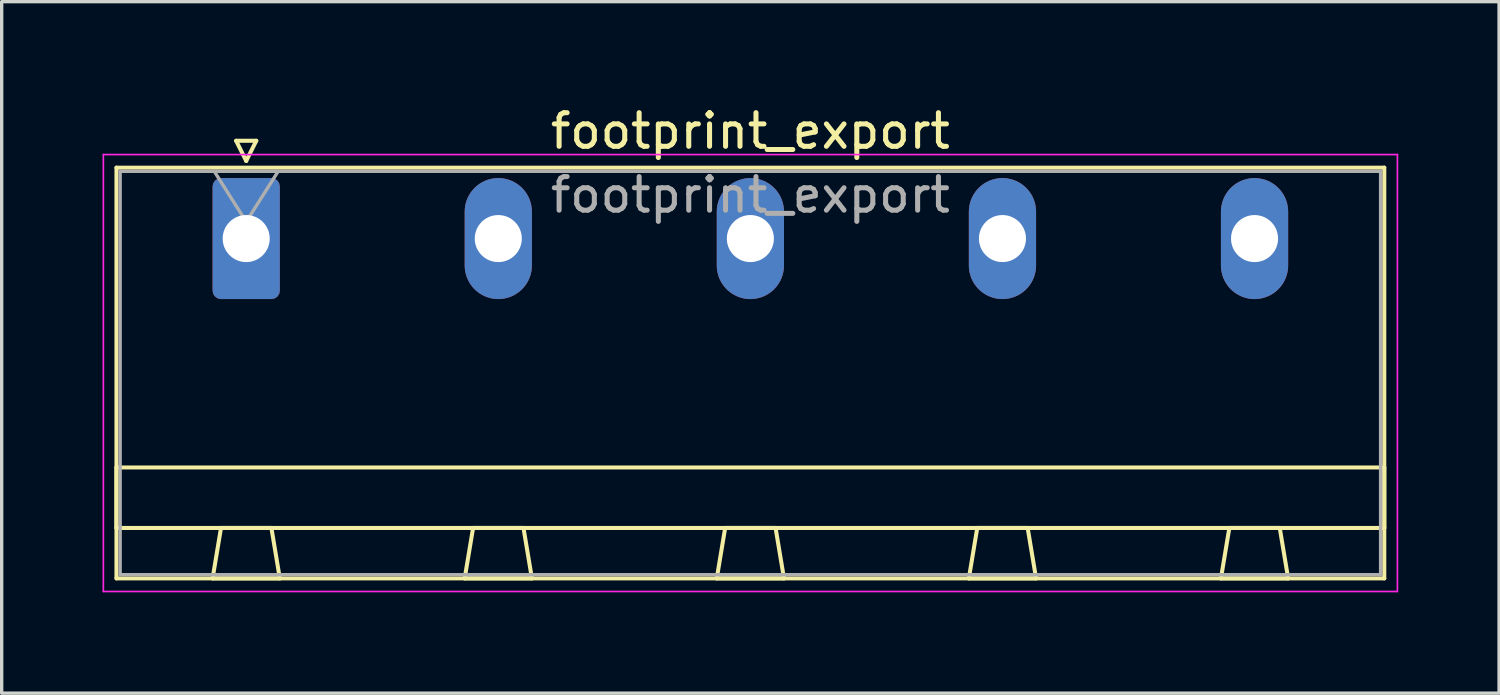
<source format=kicad_pcb>
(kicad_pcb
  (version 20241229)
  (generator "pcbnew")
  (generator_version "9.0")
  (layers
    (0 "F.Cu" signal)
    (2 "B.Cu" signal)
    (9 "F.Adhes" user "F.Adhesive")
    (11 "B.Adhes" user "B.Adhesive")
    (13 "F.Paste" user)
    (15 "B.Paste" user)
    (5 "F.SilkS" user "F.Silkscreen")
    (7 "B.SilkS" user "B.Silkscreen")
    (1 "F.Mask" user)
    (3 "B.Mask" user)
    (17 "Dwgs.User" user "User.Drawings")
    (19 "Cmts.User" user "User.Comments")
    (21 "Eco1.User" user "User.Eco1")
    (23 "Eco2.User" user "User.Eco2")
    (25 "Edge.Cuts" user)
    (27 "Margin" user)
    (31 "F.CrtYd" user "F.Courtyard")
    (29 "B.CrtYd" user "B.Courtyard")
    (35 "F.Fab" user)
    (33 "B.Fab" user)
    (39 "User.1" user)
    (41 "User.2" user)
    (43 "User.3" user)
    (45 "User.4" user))
  (footprint "footprint_export"
    (layer "F.Cu")
    (at 4.275 4.048)
    (property "Reference" "footprint_export" (at 15 -3.2 0) (layer "F.SilkS") (effects (font (size 1 1) (thickness 0.15))))
    (attr through_hole)
    (fp_line (start -3.86 -2.11) (end -3.86 10.11) (stroke (width 0.12) (type solid)) (layer "F.SilkS"))
    (fp_line (start -3.86 6.81) (end 33.86 6.81) (stroke (width 0.12) (type solid)) (layer "F.SilkS"))
    (fp_line (start -3.86 8.61) (end -3.86 6.81) (stroke (width 0.12) (type solid)) (layer "F.SilkS"))
    (fp_line (start -3.86 10.11) (end 33.86 10.11) (stroke (width 0.12) (type solid)) (layer "F.SilkS"))
    (fp_line (start -1 10.11) (end 1 10.11) (stroke (width 0.12) (type solid)) (layer "F.SilkS"))
    (fp_line (start -0.75 8.61) (end -1 10.11) (stroke (width 0.12) (type solid)) (layer "F.SilkS"))
    (fp_line (start -0.3 -2.91) (end 0.3 -2.91) (stroke (width 0.12) (type solid)) (layer "F.SilkS"))
    (fp_line (start 0 -2.31) (end -0.3 -2.91) (stroke (width 0.12) (type solid)) (layer "F.SilkS"))
    (fp_line (start 0.3 -2.91) (end 0 -2.31) (stroke (width 0.12) (type solid)) (layer "F.SilkS"))
    (fp_line (start 0.75 8.61) (end -0.75 8.61) (stroke (width 0.12) (type solid)) (layer "F.SilkS"))
    (fp_line (start 1 10.11) (end 0.75 8.61) (stroke (width 0.12) (type solid)) (layer "F.SilkS"))
    (fp_line (start 6.5 10.11) (end 8.5 10.11) (stroke (width 0.12) (type solid)) (layer "F.SilkS"))
    (fp_line (start 6.75 8.61) (end 6.5 10.11) (stroke (width 0.12) (type solid)) (layer "F.SilkS"))
    (fp_line (start 8.25 8.61) (end 6.75 8.61) (stroke (width 0.12) (type solid)) (layer "F.SilkS"))
    (fp_line (start 8.5 10.11) (end 8.25 8.61) (stroke (width 0.12) (type solid)) (layer "F.SilkS"))
    (fp_line (start 14 10.11) (end 16 10.11) (stroke (width 0.12) (type solid)) (layer "F.SilkS"))
    (fp_line (start 14.25 8.61) (end 14 10.11) (stroke (width 0.12) (type solid)) (layer "F.SilkS"))
    (fp_line (start 15.75 8.61) (end 14.25 8.61) (stroke (width 0.12) (type solid)) (layer "F.SilkS"))
    (fp_line (start 16 10.11) (end 15.75 8.61) (stroke (width 0.12) (type solid)) (layer "F.SilkS"))
    (fp_line (start 21.5 10.11) (end 23.5 10.11) (stroke (width 0.12) (type solid)) (layer "F.SilkS"))
    (fp_line (start 21.75 8.61) (end 21.5 10.11) (stroke (width 0.12) (type solid)) (layer "F.SilkS"))
    (fp_line (start 23.25 8.61) (end 21.75 8.61) (stroke (width 0.12) (type solid)) (layer "F.SilkS"))
    (fp_line (start 23.5 10.11) (end 23.25 8.61) (stroke (width 0.12) (type solid)) (layer "F.SilkS"))
    (fp_line (start 29 10.11) (end 31 10.11) (stroke (width 0.12) (type solid)) (layer "F.SilkS"))
    (fp_line (start 29.25 8.61) (end 29 10.11) (stroke (width 0.12) (type solid)) (layer "F.SilkS"))
    (fp_line (start 30.75 8.61) (end 29.25 8.61) (stroke (width 0.12) (type solid)) (layer "F.SilkS"))
    (fp_line (start 31 10.11) (end 30.75 8.61) (stroke (width 0.12) (type solid)) (layer "F.SilkS"))
    (fp_line (start 33.86 -2.11) (end -3.86 -2.11) (stroke (width 0.12) (type solid)) (layer "F.SilkS"))
    (fp_line (start 33.86 6.81) (end 33.86 8.61) (stroke (width 0.12) (type solid)) (layer "F.SilkS"))
    (fp_line (start 33.86 8.61) (end -3.86 8.61) (stroke (width 0.12) (type solid)) (layer "F.SilkS"))
    (fp_line (start 33.86 10.11) (end 33.86 -2.11) (stroke (width 0.12) (type solid)) (layer "F.SilkS"))
    (fp_line (start -4.25 -2.5) (end -4.25 10.5) (stroke (width 0.05) (type solid)) (layer "F.CrtYd"))
    (fp_line (start -4.25 10.5) (end 34.25 10.5) (stroke (width 0.05) (type solid)) (layer "F.CrtYd"))
    (fp_line (start 34.25 -2.5) (end -4.25 -2.5) (stroke (width 0.05) (type solid)) (layer "F.CrtYd"))
    (fp_line (start 34.25 10.5) (end 34.25 -2.5) (stroke (width 0.05) (type solid)) (layer "F.CrtYd"))
    (fp_line (start -3.75 -2) (end -3.75 10) (stroke (width 0.1) (type solid)) (layer "F.Fab"))
    (fp_line (start -3.75 10) (end 33.75 10) (stroke (width 0.1) (type solid)) (layer "F.Fab"))
    (fp_line (start 0 -0.5) (end -0.95 -2) (stroke (width 0.1) (type solid)) (layer "F.Fab"))
    (fp_line (start 0.95 -2) (end 0 -0.5) (stroke (width 0.1) (type solid)) (layer "F.Fab"))
    (fp_line (start 33.75 -2) (end -3.75 -2) (stroke (width 0.1) (type solid)) (layer "F.Fab"))
    (fp_line (start 33.75 10) (end 33.75 -2) (stroke (width 0.1) (type solid)) (layer "F.Fab"))
    (fp_text user "${REFERENCE}" (at 15 -1.3 0) (layer "F.Fab") (effects (font (size 1 1) (thickness 0.15))))
    (pad "1" thru_hole roundrect (at 0 0) (size 2 3.6) (drill 1.4) (layers "*.Cu" "*.Mask") (roundrect_rratio 0.125))
    (pad "2" thru_hole oval (at 7.5 0) (size 2 3.6) (drill 1.4) (layers "*.Cu" "*.Mask"))
    (pad "3" thru_hole oval (at 15 0) (size 2 3.6) (drill 1.4) (layers "*.Cu" "*.Mask"))
    (pad "4" thru_hole oval (at 22.5 0) (size 2 3.6) (drill 1.4) (layers "*.Cu" "*.Mask"))
    (pad "5" thru_hole oval (at 30 0) (size 2 3.6) (drill 1.4) (layers "*.Cu" "*.Mask")))
  (gr_rect
    (start -3 -3)
    (end 41.55 17.573)
    (stroke (width 0.1) (type default))
    (fill no)
    (layer "Edge.Cuts")))
</source>
